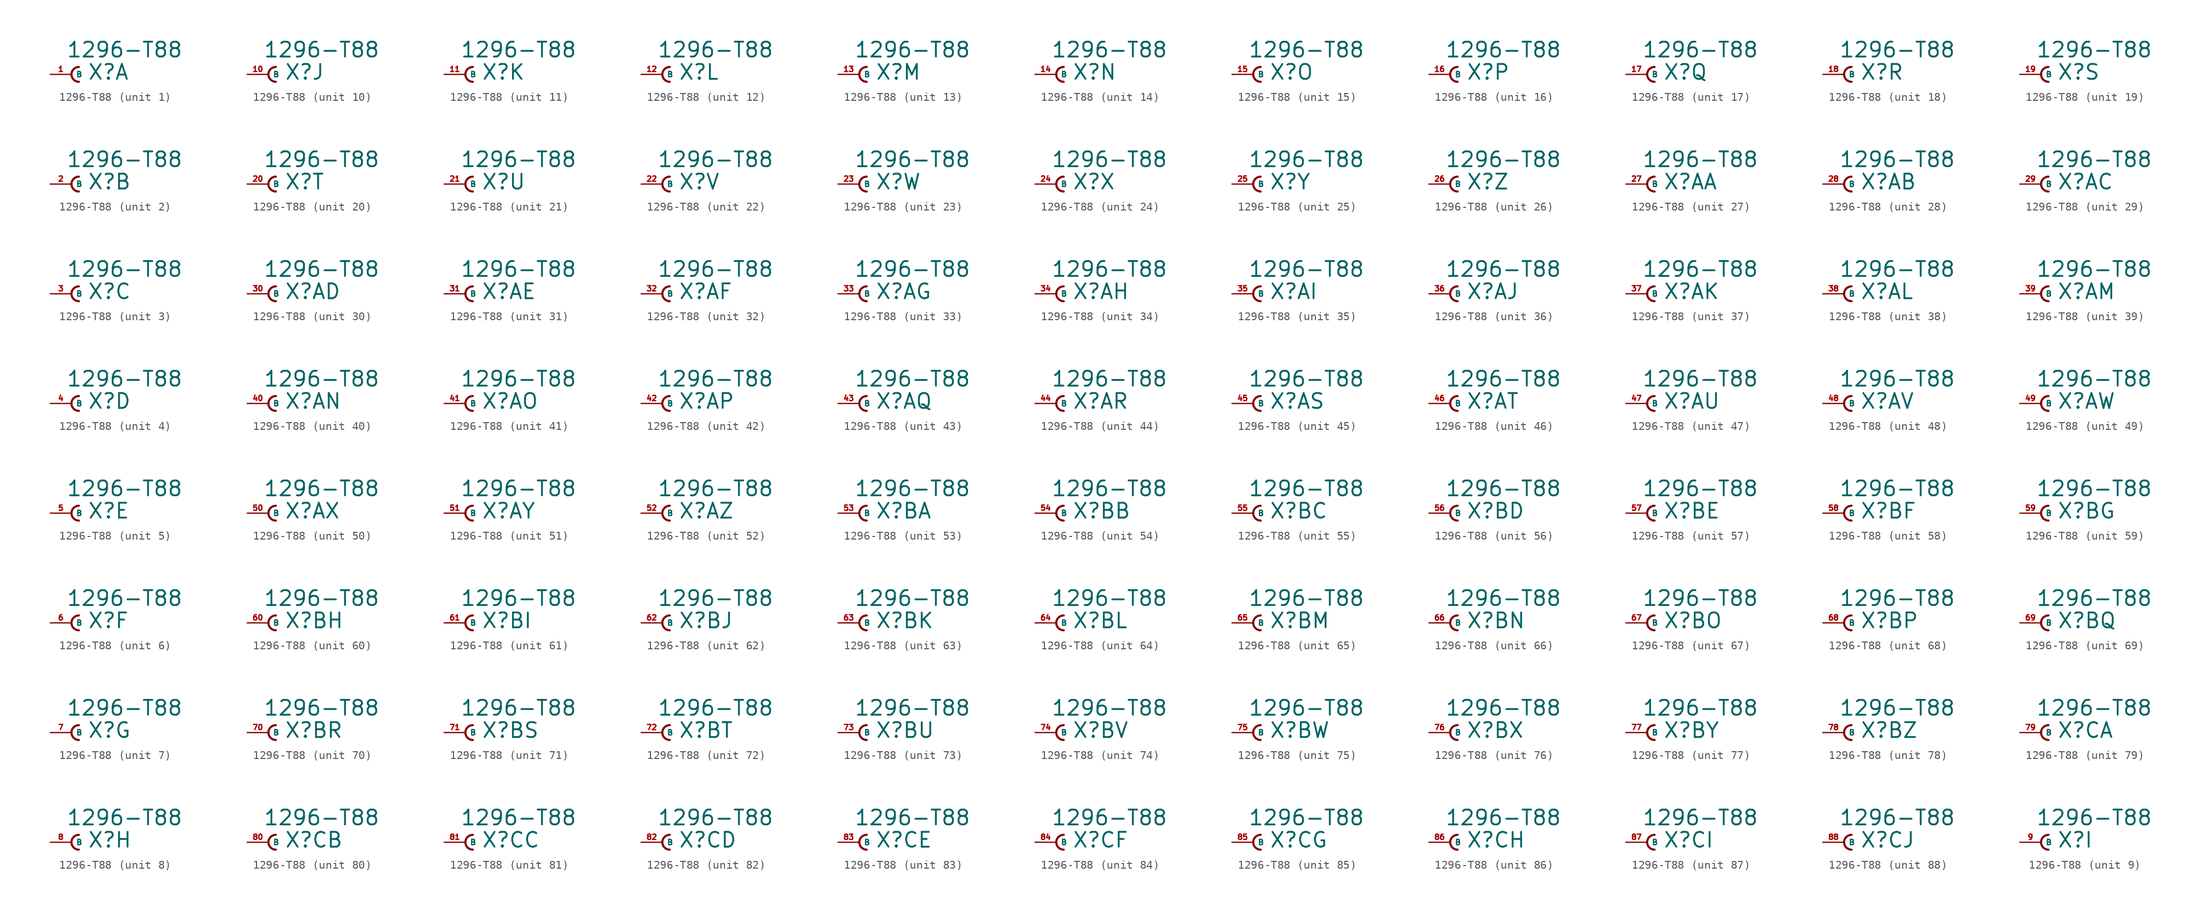
<source format=kicad_sym>
(kicad_symbol_lib
  (version 20220914)
  (generator Eagle2Kicad)
  (symbol "1296-T88"
    (property "Reference" "X"
      (at 1.905 -0.762 0)
      (effects (font (size 1.778 1.778) (thickness 0.22)) (justify left bottom)))
    (property "Value" "1296-T88"
      (at -0.635 1.905 0)
      (effects (font (size 1.778 1.778) (thickness 0.22)) (justify left bottom)))
    (symbol "1296-T88_1_0"
      (arc (start 0.889 0.889) (mid 0.000 0.000) (end 0.889 -0.889) (stroke (width 0.254) (type default)) (fill (type none)))
      (pin passive line (at -2.54 0 0) (length 2.54) (name "B" (effects (font (size 0.635 0.635) (thickness 0.08)) (justify left bottom))) (number "1" (effects (font (size 0.635 0.635) (thickness 0.08)) (justify left bottom)))))
    (symbol "1296-T88_2_0"
      (arc (start 0.889 0.889) (mid 0.000 0.000) (end 0.889 -0.889) (stroke (width 0.254) (type default)) (fill (type none)))
      (pin passive line (at -2.54 0 0) (length 2.54) (name "B" (effects (font (size 0.635 0.635) (thickness 0.08)) (justify left bottom))) (number "2" (effects (font (size 0.635 0.635) (thickness 0.08)) (justify left bottom)))))
    (symbol "1296-T88_3_0"
      (arc (start 0.889 0.889) (mid 0.000 0.000) (end 0.889 -0.889) (stroke (width 0.254) (type default)) (fill (type none)))
      (pin passive line (at -2.54 0 0) (length 2.54) (name "B" (effects (font (size 0.635 0.635) (thickness 0.08)) (justify left bottom))) (number "3" (effects (font (size 0.635 0.635) (thickness 0.08)) (justify left bottom)))))
    (symbol "1296-T88_4_0"
      (arc (start 0.889 0.889) (mid 0.000 0.000) (end 0.889 -0.889) (stroke (width 0.254) (type default)) (fill (type none)))
      (pin passive line (at -2.54 0 0) (length 2.54) (name "B" (effects (font (size 0.635 0.635) (thickness 0.08)) (justify left bottom))) (number "4" (effects (font (size 0.635 0.635) (thickness 0.08)) (justify left bottom)))))
    (symbol "1296-T88_5_0"
      (arc (start 0.889 0.889) (mid 0.000 0.000) (end 0.889 -0.889) (stroke (width 0.254) (type default)) (fill (type none)))
      (pin passive line (at -2.54 0 0) (length 2.54) (name "B" (effects (font (size 0.635 0.635) (thickness 0.08)) (justify left bottom))) (number "5" (effects (font (size 0.635 0.635) (thickness 0.08)) (justify left bottom)))))
    (symbol "1296-T88_6_0"
      (arc (start 0.889 0.889) (mid 0.000 0.000) (end 0.889 -0.889) (stroke (width 0.254) (type default)) (fill (type none)))
      (pin passive line (at -2.54 0 0) (length 2.54) (name "B" (effects (font (size 0.635 0.635) (thickness 0.08)) (justify left bottom))) (number "6" (effects (font (size 0.635 0.635) (thickness 0.08)) (justify left bottom)))))
    (symbol "1296-T88_7_0"
      (arc (start 0.889 0.889) (mid 0.000 0.000) (end 0.889 -0.889) (stroke (width 0.254) (type default)) (fill (type none)))
      (pin passive line (at -2.54 0 0) (length 2.54) (name "B" (effects (font (size 0.635 0.635) (thickness 0.08)) (justify left bottom))) (number "7" (effects (font (size 0.635 0.635) (thickness 0.08)) (justify left bottom)))))
    (symbol "1296-T88_8_0"
      (arc (start 0.889 0.889) (mid 0.000 0.000) (end 0.889 -0.889) (stroke (width 0.254) (type default)) (fill (type none)))
      (pin passive line (at -2.54 0 0) (length 2.54) (name "B" (effects (font (size 0.635 0.635) (thickness 0.08)) (justify left bottom))) (number "8" (effects (font (size 0.635 0.635) (thickness 0.08)) (justify left bottom)))))
    (symbol "1296-T88_9_0"
      (arc (start 0.889 0.889) (mid 0.000 0.000) (end 0.889 -0.889) (stroke (width 0.254) (type default)) (fill (type none)))
      (pin passive line (at -2.54 0 0) (length 2.54) (name "B" (effects (font (size 0.635 0.635) (thickness 0.08)) (justify left bottom))) (number "9" (effects (font (size 0.635 0.635) (thickness 0.08)) (justify left bottom)))))
    (symbol "1296-T88_10_0"
      (arc (start 0.889 0.889) (mid 0.000 0.000) (end 0.889 -0.889) (stroke (width 0.254) (type default)) (fill (type none)))
      (pin passive line (at -2.54 0 0) (length 2.54) (name "B" (effects (font (size 0.635 0.635) (thickness 0.08)) (justify left bottom))) (number "10" (effects (font (size 0.635 0.635) (thickness 0.08)) (justify left bottom)))))
    (symbol "1296-T88_11_0"
      (arc (start 0.889 0.889) (mid 0.000 0.000) (end 0.889 -0.889) (stroke (width 0.254) (type default)) (fill (type none)))
      (pin passive line (at -2.54 0 0) (length 2.54) (name "B" (effects (font (size 0.635 0.635) (thickness 0.08)) (justify left bottom))) (number "11" (effects (font (size 0.635 0.635) (thickness 0.08)) (justify left bottom)))))
    (symbol "1296-T88_12_0"
      (arc (start 0.889 0.889) (mid 0.000 0.000) (end 0.889 -0.889) (stroke (width 0.254) (type default)) (fill (type none)))
      (pin passive line (at -2.54 0 0) (length 2.54) (name "B" (effects (font (size 0.635 0.635) (thickness 0.08)) (justify left bottom))) (number "12" (effects (font (size 0.635 0.635) (thickness 0.08)) (justify left bottom)))))
    (symbol "1296-T88_13_0"
      (arc (start 0.889 0.889) (mid 0.000 0.000) (end 0.889 -0.889) (stroke (width 0.254) (type default)) (fill (type none)))
      (pin passive line (at -2.54 0 0) (length 2.54) (name "B" (effects (font (size 0.635 0.635) (thickness 0.08)) (justify left bottom))) (number "13" (effects (font (size 0.635 0.635) (thickness 0.08)) (justify left bottom)))))
    (symbol "1296-T88_14_0"
      (arc (start 0.889 0.889) (mid 0.000 0.000) (end 0.889 -0.889) (stroke (width 0.254) (type default)) (fill (type none)))
      (pin passive line (at -2.54 0 0) (length 2.54) (name "B" (effects (font (size 0.635 0.635) (thickness 0.08)) (justify left bottom))) (number "14" (effects (font (size 0.635 0.635) (thickness 0.08)) (justify left bottom)))))
    (symbol "1296-T88_15_0"
      (arc (start 0.889 0.889) (mid 0.000 0.000) (end 0.889 -0.889) (stroke (width 0.254) (type default)) (fill (type none)))
      (pin passive line (at -2.54 0 0) (length 2.54) (name "B" (effects (font (size 0.635 0.635) (thickness 0.08)) (justify left bottom))) (number "15" (effects (font (size 0.635 0.635) (thickness 0.08)) (justify left bottom)))))
    (symbol "1296-T88_16_0"
      (arc (start 0.889 0.889) (mid 0.000 0.000) (end 0.889 -0.889) (stroke (width 0.254) (type default)) (fill (type none)))
      (pin passive line (at -2.54 0 0) (length 2.54) (name "B" (effects (font (size 0.635 0.635) (thickness 0.08)) (justify left bottom))) (number "16" (effects (font (size 0.635 0.635) (thickness 0.08)) (justify left bottom)))))
    (symbol "1296-T88_17_0"
      (arc (start 0.889 0.889) (mid 0.000 0.000) (end 0.889 -0.889) (stroke (width 0.254) (type default)) (fill (type none)))
      (pin passive line (at -2.54 0 0) (length 2.54) (name "B" (effects (font (size 0.635 0.635) (thickness 0.08)) (justify left bottom))) (number "17" (effects (font (size 0.635 0.635) (thickness 0.08)) (justify left bottom)))))
    (symbol "1296-T88_18_0"
      (arc (start 0.889 0.889) (mid 0.000 0.000) (end 0.889 -0.889) (stroke (width 0.254) (type default)) (fill (type none)))
      (pin passive line (at -2.54 0 0) (length 2.54) (name "B" (effects (font (size 0.635 0.635) (thickness 0.08)) (justify left bottom))) (number "18" (effects (font (size 0.635 0.635) (thickness 0.08)) (justify left bottom)))))
    (symbol "1296-T88_19_0"
      (arc (start 0.889 0.889) (mid 0.000 0.000) (end 0.889 -0.889) (stroke (width 0.254) (type default)) (fill (type none)))
      (pin passive line (at -2.54 0 0) (length 2.54) (name "B" (effects (font (size 0.635 0.635) (thickness 0.08)) (justify left bottom))) (number "19" (effects (font (size 0.635 0.635) (thickness 0.08)) (justify left bottom)))))
    (symbol "1296-T88_20_0"
      (arc (start 0.889 0.889) (mid 0.000 0.000) (end 0.889 -0.889) (stroke (width 0.254) (type default)) (fill (type none)))
      (pin passive line (at -2.54 0 0) (length 2.54) (name "B" (effects (font (size 0.635 0.635) (thickness 0.08)) (justify left bottom))) (number "20" (effects (font (size 0.635 0.635) (thickness 0.08)) (justify left bottom)))))
    (symbol "1296-T88_21_0"
      (arc (start 0.889 0.889) (mid 0.000 0.000) (end 0.889 -0.889) (stroke (width 0.254) (type default)) (fill (type none)))
      (pin passive line (at -2.54 0 0) (length 2.54) (name "B" (effects (font (size 0.635 0.635) (thickness 0.08)) (justify left bottom))) (number "21" (effects (font (size 0.635 0.635) (thickness 0.08)) (justify left bottom)))))
    (symbol "1296-T88_22_0"
      (arc (start 0.889 0.889) (mid 0.000 0.000) (end 0.889 -0.889) (stroke (width 0.254) (type default)) (fill (type none)))
      (pin passive line (at -2.54 0 0) (length 2.54) (name "B" (effects (font (size 0.635 0.635) (thickness 0.08)) (justify left bottom))) (number "22" (effects (font (size 0.635 0.635) (thickness 0.08)) (justify left bottom)))))
    (symbol "1296-T88_23_0"
      (arc (start 0.889 0.889) (mid 0.000 0.000) (end 0.889 -0.889) (stroke (width 0.254) (type default)) (fill (type none)))
      (pin passive line (at -2.54 0 0) (length 2.54) (name "B" (effects (font (size 0.635 0.635) (thickness 0.08)) (justify left bottom))) (number "23" (effects (font (size 0.635 0.635) (thickness 0.08)) (justify left bottom)))))
    (symbol "1296-T88_24_0"
      (arc (start 0.889 0.889) (mid 0.000 0.000) (end 0.889 -0.889) (stroke (width 0.254) (type default)) (fill (type none)))
      (pin passive line (at -2.54 0 0) (length 2.54) (name "B" (effects (font (size 0.635 0.635) (thickness 0.08)) (justify left bottom))) (number "24" (effects (font (size 0.635 0.635) (thickness 0.08)) (justify left bottom)))))
    (symbol "1296-T88_25_0"
      (arc (start 0.889 0.889) (mid 0.000 0.000) (end 0.889 -0.889) (stroke (width 0.254) (type default)) (fill (type none)))
      (pin passive line (at -2.54 0 0) (length 2.54) (name "B" (effects (font (size 0.635 0.635) (thickness 0.08)) (justify left bottom))) (number "25" (effects (font (size 0.635 0.635) (thickness 0.08)) (justify left bottom)))))
    (symbol "1296-T88_26_0"
      (arc (start 0.889 0.889) (mid 0.000 0.000) (end 0.889 -0.889) (stroke (width 0.254) (type default)) (fill (type none)))
      (pin passive line (at -2.54 0 0) (length 2.54) (name "B" (effects (font (size 0.635 0.635) (thickness 0.08)) (justify left bottom))) (number "26" (effects (font (size 0.635 0.635) (thickness 0.08)) (justify left bottom)))))
    (symbol "1296-T88_27_0"
      (arc (start 0.889 0.889) (mid 0.000 0.000) (end 0.889 -0.889) (stroke (width 0.254) (type default)) (fill (type none)))
      (pin passive line (at -2.54 0 0) (length 2.54) (name "B" (effects (font (size 0.635 0.635) (thickness 0.08)) (justify left bottom))) (number "27" (effects (font (size 0.635 0.635) (thickness 0.08)) (justify left bottom)))))
    (symbol "1296-T88_28_0"
      (arc (start 0.889 0.889) (mid 0.000 0.000) (end 0.889 -0.889) (stroke (width 0.254) (type default)) (fill (type none)))
      (pin passive line (at -2.54 0 0) (length 2.54) (name "B" (effects (font (size 0.635 0.635) (thickness 0.08)) (justify left bottom))) (number "28" (effects (font (size 0.635 0.635) (thickness 0.08)) (justify left bottom)))))
    (symbol "1296-T88_29_0"
      (arc (start 0.889 0.889) (mid 0.000 0.000) (end 0.889 -0.889) (stroke (width 0.254) (type default)) (fill (type none)))
      (pin passive line (at -2.54 0 0) (length 2.54) (name "B" (effects (font (size 0.635 0.635) (thickness 0.08)) (justify left bottom))) (number "29" (effects (font (size 0.635 0.635) (thickness 0.08)) (justify left bottom)))))
    (symbol "1296-T88_30_0"
      (arc (start 0.889 0.889) (mid 0.000 0.000) (end 0.889 -0.889) (stroke (width 0.254) (type default)) (fill (type none)))
      (pin passive line (at -2.54 0 0) (length 2.54) (name "B" (effects (font (size 0.635 0.635) (thickness 0.08)) (justify left bottom))) (number "30" (effects (font (size 0.635 0.635) (thickness 0.08)) (justify left bottom)))))
    (symbol "1296-T88_31_0"
      (arc (start 0.889 0.889) (mid 0.000 0.000) (end 0.889 -0.889) (stroke (width 0.254) (type default)) (fill (type none)))
      (pin passive line (at -2.54 0 0) (length 2.54) (name "B" (effects (font (size 0.635 0.635) (thickness 0.08)) (justify left bottom))) (number "31" (effects (font (size 0.635 0.635) (thickness 0.08)) (justify left bottom)))))
    (symbol "1296-T88_32_0"
      (arc (start 0.889 0.889) (mid 0.000 0.000) (end 0.889 -0.889) (stroke (width 0.254) (type default)) (fill (type none)))
      (pin passive line (at -2.54 0 0) (length 2.54) (name "B" (effects (font (size 0.635 0.635) (thickness 0.08)) (justify left bottom))) (number "32" (effects (font (size 0.635 0.635) (thickness 0.08)) (justify left bottom)))))
    (symbol "1296-T88_33_0"
      (arc (start 0.889 0.889) (mid 0.000 0.000) (end 0.889 -0.889) (stroke (width 0.254) (type default)) (fill (type none)))
      (pin passive line (at -2.54 0 0) (length 2.54) (name "B" (effects (font (size 0.635 0.635) (thickness 0.08)) (justify left bottom))) (number "33" (effects (font (size 0.635 0.635) (thickness 0.08)) (justify left bottom)))))
    (symbol "1296-T88_34_0"
      (arc (start 0.889 0.889) (mid 0.000 0.000) (end 0.889 -0.889) (stroke (width 0.254) (type default)) (fill (type none)))
      (pin passive line (at -2.54 0 0) (length 2.54) (name "B" (effects (font (size 0.635 0.635) (thickness 0.08)) (justify left bottom))) (number "34" (effects (font (size 0.635 0.635) (thickness 0.08)) (justify left bottom)))))
    (symbol "1296-T88_35_0"
      (arc (start 0.889 0.889) (mid 0.000 0.000) (end 0.889 -0.889) (stroke (width 0.254) (type default)) (fill (type none)))
      (pin passive line (at -2.54 0 0) (length 2.54) (name "B" (effects (font (size 0.635 0.635) (thickness 0.08)) (justify left bottom))) (number "35" (effects (font (size 0.635 0.635) (thickness 0.08)) (justify left bottom)))))
    (symbol "1296-T88_36_0"
      (arc (start 0.889 0.889) (mid 0.000 0.000) (end 0.889 -0.889) (stroke (width 0.254) (type default)) (fill (type none)))
      (pin passive line (at -2.54 0 0) (length 2.54) (name "B" (effects (font (size 0.635 0.635) (thickness 0.08)) (justify left bottom))) (number "36" (effects (font (size 0.635 0.635) (thickness 0.08)) (justify left bottom)))))
    (symbol "1296-T88_37_0"
      (arc (start 0.889 0.889) (mid 0.000 0.000) (end 0.889 -0.889) (stroke (width 0.254) (type default)) (fill (type none)))
      (pin passive line (at -2.54 0 0) (length 2.54) (name "B" (effects (font (size 0.635 0.635) (thickness 0.08)) (justify left bottom))) (number "37" (effects (font (size 0.635 0.635) (thickness 0.08)) (justify left bottom)))))
    (symbol "1296-T88_38_0"
      (arc (start 0.889 0.889) (mid 0.000 0.000) (end 0.889 -0.889) (stroke (width 0.254) (type default)) (fill (type none)))
      (pin passive line (at -2.54 0 0) (length 2.54) (name "B" (effects (font (size 0.635 0.635) (thickness 0.08)) (justify left bottom))) (number "38" (effects (font (size 0.635 0.635) (thickness 0.08)) (justify left bottom)))))
    (symbol "1296-T88_39_0"
      (arc (start 0.889 0.889) (mid 0.000 0.000) (end 0.889 -0.889) (stroke (width 0.254) (type default)) (fill (type none)))
      (pin passive line (at -2.54 0 0) (length 2.54) (name "B" (effects (font (size 0.635 0.635) (thickness 0.08)) (justify left bottom))) (number "39" (effects (font (size 0.635 0.635) (thickness 0.08)) (justify left bottom)))))
    (symbol "1296-T88_40_0"
      (arc (start 0.889 0.889) (mid 0.000 0.000) (end 0.889 -0.889) (stroke (width 0.254) (type default)) (fill (type none)))
      (pin passive line (at -2.54 0 0) (length 2.54) (name "B" (effects (font (size 0.635 0.635) (thickness 0.08)) (justify left bottom))) (number "40" (effects (font (size 0.635 0.635) (thickness 0.08)) (justify left bottom)))))
    (symbol "1296-T88_41_0"
      (arc (start 0.889 0.889) (mid 0.000 0.000) (end 0.889 -0.889) (stroke (width 0.254) (type default)) (fill (type none)))
      (pin passive line (at -2.54 0 0) (length 2.54) (name "B" (effects (font (size 0.635 0.635) (thickness 0.08)) (justify left bottom))) (number "41" (effects (font (size 0.635 0.635) (thickness 0.08)) (justify left bottom)))))
    (symbol "1296-T88_42_0"
      (arc (start 0.889 0.889) (mid 0.000 0.000) (end 0.889 -0.889) (stroke (width 0.254) (type default)) (fill (type none)))
      (pin passive line (at -2.54 0 0) (length 2.54) (name "B" (effects (font (size 0.635 0.635) (thickness 0.08)) (justify left bottom))) (number "42" (effects (font (size 0.635 0.635) (thickness 0.08)) (justify left bottom)))))
    (symbol "1296-T88_43_0"
      (arc (start 0.889 0.889) (mid 0.000 0.000) (end 0.889 -0.889) (stroke (width 0.254) (type default)) (fill (type none)))
      (pin passive line (at -2.54 0 0) (length 2.54) (name "B" (effects (font (size 0.635 0.635) (thickness 0.08)) (justify left bottom))) (number "43" (effects (font (size 0.635 0.635) (thickness 0.08)) (justify left bottom)))))
    (symbol "1296-T88_44_0"
      (arc (start 0.889 0.889) (mid 0.000 0.000) (end 0.889 -0.889) (stroke (width 0.254) (type default)) (fill (type none)))
      (pin passive line (at -2.54 0 0) (length 2.54) (name "B" (effects (font (size 0.635 0.635) (thickness 0.08)) (justify left bottom))) (number "44" (effects (font (size 0.635 0.635) (thickness 0.08)) (justify left bottom)))))
    (symbol "1296-T88_45_0"
      (arc (start 0.889 0.889) (mid 0.000 0.000) (end 0.889 -0.889) (stroke (width 0.254) (type default)) (fill (type none)))
      (pin passive line (at -2.54 0 0) (length 2.54) (name "B" (effects (font (size 0.635 0.635) (thickness 0.08)) (justify left bottom))) (number "45" (effects (font (size 0.635 0.635) (thickness 0.08)) (justify left bottom)))))
    (symbol "1296-T88_46_0"
      (arc (start 0.889 0.889) (mid 0.000 0.000) (end 0.889 -0.889) (stroke (width 0.254) (type default)) (fill (type none)))
      (pin passive line (at -2.54 0 0) (length 2.54) (name "B" (effects (font (size 0.635 0.635) (thickness 0.08)) (justify left bottom))) (number "46" (effects (font (size 0.635 0.635) (thickness 0.08)) (justify left bottom)))))
    (symbol "1296-T88_47_0"
      (arc (start 0.889 0.889) (mid 0.000 0.000) (end 0.889 -0.889) (stroke (width 0.254) (type default)) (fill (type none)))
      (pin passive line (at -2.54 0 0) (length 2.54) (name "B" (effects (font (size 0.635 0.635) (thickness 0.08)) (justify left bottom))) (number "47" (effects (font (size 0.635 0.635) (thickness 0.08)) (justify left bottom)))))
    (symbol "1296-T88_48_0"
      (arc (start 0.889 0.889) (mid 0.000 0.000) (end 0.889 -0.889) (stroke (width 0.254) (type default)) (fill (type none)))
      (pin passive line (at -2.54 0 0) (length 2.54) (name "B" (effects (font (size 0.635 0.635) (thickness 0.08)) (justify left bottom))) (number "48" (effects (font (size 0.635 0.635) (thickness 0.08)) (justify left bottom)))))
    (symbol "1296-T88_49_0"
      (arc (start 0.889 0.889) (mid 0.000 0.000) (end 0.889 -0.889) (stroke (width 0.254) (type default)) (fill (type none)))
      (pin passive line (at -2.54 0 0) (length 2.54) (name "B" (effects (font (size 0.635 0.635) (thickness 0.08)) (justify left bottom))) (number "49" (effects (font (size 0.635 0.635) (thickness 0.08)) (justify left bottom)))))
    (symbol "1296-T88_50_0"
      (arc (start 0.889 0.889) (mid 0.000 0.000) (end 0.889 -0.889) (stroke (width 0.254) (type default)) (fill (type none)))
      (pin passive line (at -2.54 0 0) (length 2.54) (name "B" (effects (font (size 0.635 0.635) (thickness 0.08)) (justify left bottom))) (number "50" (effects (font (size 0.635 0.635) (thickness 0.08)) (justify left bottom)))))
    (symbol "1296-T88_51_0"
      (arc (start 0.889 0.889) (mid 0.000 0.000) (end 0.889 -0.889) (stroke (width 0.254) (type default)) (fill (type none)))
      (pin passive line (at -2.54 0 0) (length 2.54) (name "B" (effects (font (size 0.635 0.635) (thickness 0.08)) (justify left bottom))) (number "51" (effects (font (size 0.635 0.635) (thickness 0.08)) (justify left bottom)))))
    (symbol "1296-T88_52_0"
      (arc (start 0.889 0.889) (mid 0.000 0.000) (end 0.889 -0.889) (stroke (width 0.254) (type default)) (fill (type none)))
      (pin passive line (at -2.54 0 0) (length 2.54) (name "B" (effects (font (size 0.635 0.635) (thickness 0.08)) (justify left bottom))) (number "52" (effects (font (size 0.635 0.635) (thickness 0.08)) (justify left bottom)))))
    (symbol "1296-T88_53_0"
      (arc (start 0.889 0.889) (mid 0.000 0.000) (end 0.889 -0.889) (stroke (width 0.254) (type default)) (fill (type none)))
      (pin passive line (at -2.54 0 0) (length 2.54) (name "B" (effects (font (size 0.635 0.635) (thickness 0.08)) (justify left bottom))) (number "53" (effects (font (size 0.635 0.635) (thickness 0.08)) (justify left bottom)))))
    (symbol "1296-T88_54_0"
      (arc (start 0.889 0.889) (mid 0.000 0.000) (end 0.889 -0.889) (stroke (width 0.254) (type default)) (fill (type none)))
      (pin passive line (at -2.54 0 0) (length 2.54) (name "B" (effects (font (size 0.635 0.635) (thickness 0.08)) (justify left bottom))) (number "54" (effects (font (size 0.635 0.635) (thickness 0.08)) (justify left bottom)))))
    (symbol "1296-T88_55_0"
      (arc (start 0.889 0.889) (mid 0.000 0.000) (end 0.889 -0.889) (stroke (width 0.254) (type default)) (fill (type none)))
      (pin passive line (at -2.54 0 0) (length 2.54) (name "B" (effects (font (size 0.635 0.635) (thickness 0.08)) (justify left bottom))) (number "55" (effects (font (size 0.635 0.635) (thickness 0.08)) (justify left bottom)))))
    (symbol "1296-T88_56_0"
      (arc (start 0.889 0.889) (mid 0.000 0.000) (end 0.889 -0.889) (stroke (width 0.254) (type default)) (fill (type none)))
      (pin passive line (at -2.54 0 0) (length 2.54) (name "B" (effects (font (size 0.635 0.635) (thickness 0.08)) (justify left bottom))) (number "56" (effects (font (size 0.635 0.635) (thickness 0.08)) (justify left bottom)))))
    (symbol "1296-T88_57_0"
      (arc (start 0.889 0.889) (mid 0.000 0.000) (end 0.889 -0.889) (stroke (width 0.254) (type default)) (fill (type none)))
      (pin passive line (at -2.54 0 0) (length 2.54) (name "B" (effects (font (size 0.635 0.635) (thickness 0.08)) (justify left bottom))) (number "57" (effects (font (size 0.635 0.635) (thickness 0.08)) (justify left bottom)))))
    (symbol "1296-T88_58_0"
      (arc (start 0.889 0.889) (mid 0.000 0.000) (end 0.889 -0.889) (stroke (width 0.254) (type default)) (fill (type none)))
      (pin passive line (at -2.54 0 0) (length 2.54) (name "B" (effects (font (size 0.635 0.635) (thickness 0.08)) (justify left bottom))) (number "58" (effects (font (size 0.635 0.635) (thickness 0.08)) (justify left bottom)))))
    (symbol "1296-T88_59_0"
      (arc (start 0.889 0.889) (mid 0.000 0.000) (end 0.889 -0.889) (stroke (width 0.254) (type default)) (fill (type none)))
      (pin passive line (at -2.54 0 0) (length 2.54) (name "B" (effects (font (size 0.635 0.635) (thickness 0.08)) (justify left bottom))) (number "59" (effects (font (size 0.635 0.635) (thickness 0.08)) (justify left bottom)))))
    (symbol "1296-T88_60_0"
      (arc (start 0.889 0.889) (mid 0.000 0.000) (end 0.889 -0.889) (stroke (width 0.254) (type default)) (fill (type none)))
      (pin passive line (at -2.54 0 0) (length 2.54) (name "B" (effects (font (size 0.635 0.635) (thickness 0.08)) (justify left bottom))) (number "60" (effects (font (size 0.635 0.635) (thickness 0.08)) (justify left bottom)))))
    (symbol "1296-T88_61_0"
      (arc (start 0.889 0.889) (mid 0.000 0.000) (end 0.889 -0.889) (stroke (width 0.254) (type default)) (fill (type none)))
      (pin passive line (at -2.54 0 0) (length 2.54) (name "B" (effects (font (size 0.635 0.635) (thickness 0.08)) (justify left bottom))) (number "61" (effects (font (size 0.635 0.635) (thickness 0.08)) (justify left bottom)))))
    (symbol "1296-T88_62_0"
      (arc (start 0.889 0.889) (mid 0.000 0.000) (end 0.889 -0.889) (stroke (width 0.254) (type default)) (fill (type none)))
      (pin passive line (at -2.54 0 0) (length 2.54) (name "B" (effects (font (size 0.635 0.635) (thickness 0.08)) (justify left bottom))) (number "62" (effects (font (size 0.635 0.635) (thickness 0.08)) (justify left bottom)))))
    (symbol "1296-T88_63_0"
      (arc (start 0.889 0.889) (mid 0.000 0.000) (end 0.889 -0.889) (stroke (width 0.254) (type default)) (fill (type none)))
      (pin passive line (at -2.54 0 0) (length 2.54) (name "B" (effects (font (size 0.635 0.635) (thickness 0.08)) (justify left bottom))) (number "63" (effects (font (size 0.635 0.635) (thickness 0.08)) (justify left bottom)))))
    (symbol "1296-T88_64_0"
      (arc (start 0.889 0.889) (mid 0.000 0.000) (end 0.889 -0.889) (stroke (width 0.254) (type default)) (fill (type none)))
      (pin passive line (at -2.54 0 0) (length 2.54) (name "B" (effects (font (size 0.635 0.635) (thickness 0.08)) (justify left bottom))) (number "64" (effects (font (size 0.635 0.635) (thickness 0.08)) (justify left bottom)))))
    (symbol "1296-T88_65_0"
      (arc (start 0.889 0.889) (mid 0.000 0.000) (end 0.889 -0.889) (stroke (width 0.254) (type default)) (fill (type none)))
      (pin passive line (at -2.54 0 0) (length 2.54) (name "B" (effects (font (size 0.635 0.635) (thickness 0.08)) (justify left bottom))) (number "65" (effects (font (size 0.635 0.635) (thickness 0.08)) (justify left bottom)))))
    (symbol "1296-T88_66_0"
      (arc (start 0.889 0.889) (mid 0.000 0.000) (end 0.889 -0.889) (stroke (width 0.254) (type default)) (fill (type none)))
      (pin passive line (at -2.54 0 0) (length 2.54) (name "B" (effects (font (size 0.635 0.635) (thickness 0.08)) (justify left bottom))) (number "66" (effects (font (size 0.635 0.635) (thickness 0.08)) (justify left bottom)))))
    (symbol "1296-T88_67_0"
      (arc (start 0.889 0.889) (mid 0.000 0.000) (end 0.889 -0.889) (stroke (width 0.254) (type default)) (fill (type none)))
      (pin passive line (at -2.54 0 0) (length 2.54) (name "B" (effects (font (size 0.635 0.635) (thickness 0.08)) (justify left bottom))) (number "67" (effects (font (size 0.635 0.635) (thickness 0.08)) (justify left bottom)))))
    (symbol "1296-T88_68_0"
      (arc (start 0.889 0.889) (mid 0.000 0.000) (end 0.889 -0.889) (stroke (width 0.254) (type default)) (fill (type none)))
      (pin passive line (at -2.54 0 0) (length 2.54) (name "B" (effects (font (size 0.635 0.635) (thickness 0.08)) (justify left bottom))) (number "68" (effects (font (size 0.635 0.635) (thickness 0.08)) (justify left bottom)))))
    (symbol "1296-T88_69_0"
      (arc (start 0.889 0.889) (mid 0.000 0.000) (end 0.889 -0.889) (stroke (width 0.254) (type default)) (fill (type none)))
      (pin passive line (at -2.54 0 0) (length 2.54) (name "B" (effects (font (size 0.635 0.635) (thickness 0.08)) (justify left bottom))) (number "69" (effects (font (size 0.635 0.635) (thickness 0.08)) (justify left bottom)))))
    (symbol "1296-T88_70_0"
      (arc (start 0.889 0.889) (mid 0.000 0.000) (end 0.889 -0.889) (stroke (width 0.254) (type default)) (fill (type none)))
      (pin passive line (at -2.54 0 0) (length 2.54) (name "B" (effects (font (size 0.635 0.635) (thickness 0.08)) (justify left bottom))) (number "70" (effects (font (size 0.635 0.635) (thickness 0.08)) (justify left bottom)))))
    (symbol "1296-T88_71_0"
      (arc (start 0.889 0.889) (mid 0.000 0.000) (end 0.889 -0.889) (stroke (width 0.254) (type default)) (fill (type none)))
      (pin passive line (at -2.54 0 0) (length 2.54) (name "B" (effects (font (size 0.635 0.635) (thickness 0.08)) (justify left bottom))) (number "71" (effects (font (size 0.635 0.635) (thickness 0.08)) (justify left bottom)))))
    (symbol "1296-T88_72_0"
      (arc (start 0.889 0.889) (mid 0.000 0.000) (end 0.889 -0.889) (stroke (width 0.254) (type default)) (fill (type none)))
      (pin passive line (at -2.54 0 0) (length 2.54) (name "B" (effects (font (size 0.635 0.635) (thickness 0.08)) (justify left bottom))) (number "72" (effects (font (size 0.635 0.635) (thickness 0.08)) (justify left bottom)))))
    (symbol "1296-T88_73_0"
      (arc (start 0.889 0.889) (mid 0.000 0.000) (end 0.889 -0.889) (stroke (width 0.254) (type default)) (fill (type none)))
      (pin passive line (at -2.54 0 0) (length 2.54) (name "B" (effects (font (size 0.635 0.635) (thickness 0.08)) (justify left bottom))) (number "73" (effects (font (size 0.635 0.635) (thickness 0.08)) (justify left bottom)))))
    (symbol "1296-T88_74_0"
      (arc (start 0.889 0.889) (mid 0.000 0.000) (end 0.889 -0.889) (stroke (width 0.254) (type default)) (fill (type none)))
      (pin passive line (at -2.54 0 0) (length 2.54) (name "B" (effects (font (size 0.635 0.635) (thickness 0.08)) (justify left bottom))) (number "74" (effects (font (size 0.635 0.635) (thickness 0.08)) (justify left bottom)))))
    (symbol "1296-T88_75_0"
      (arc (start 0.889 0.889) (mid 0.000 0.000) (end 0.889 -0.889) (stroke (width 0.254) (type default)) (fill (type none)))
      (pin passive line (at -2.54 0 0) (length 2.54) (name "B" (effects (font (size 0.635 0.635) (thickness 0.08)) (justify left bottom))) (number "75" (effects (font (size 0.635 0.635) (thickness 0.08)) (justify left bottom)))))
    (symbol "1296-T88_76_0"
      (arc (start 0.889 0.889) (mid 0.000 0.000) (end 0.889 -0.889) (stroke (width 0.254) (type default)) (fill (type none)))
      (pin passive line (at -2.54 0 0) (length 2.54) (name "B" (effects (font (size 0.635 0.635) (thickness 0.08)) (justify left bottom))) (number "76" (effects (font (size 0.635 0.635) (thickness 0.08)) (justify left bottom)))))
    (symbol "1296-T88_77_0"
      (arc (start 0.889 0.889) (mid 0.000 0.000) (end 0.889 -0.889) (stroke (width 0.254) (type default)) (fill (type none)))
      (pin passive line (at -2.54 0 0) (length 2.54) (name "B" (effects (font (size 0.635 0.635) (thickness 0.08)) (justify left bottom))) (number "77" (effects (font (size 0.635 0.635) (thickness 0.08)) (justify left bottom)))))
    (symbol "1296-T88_78_0"
      (arc (start 0.889 0.889) (mid 0.000 0.000) (end 0.889 -0.889) (stroke (width 0.254) (type default)) (fill (type none)))
      (pin passive line (at -2.54 0 0) (length 2.54) (name "B" (effects (font (size 0.635 0.635) (thickness 0.08)) (justify left bottom))) (number "78" (effects (font (size 0.635 0.635) (thickness 0.08)) (justify left bottom)))))
    (symbol "1296-T88_79_0"
      (arc (start 0.889 0.889) (mid 0.000 0.000) (end 0.889 -0.889) (stroke (width 0.254) (type default)) (fill (type none)))
      (pin passive line (at -2.54 0 0) (length 2.54) (name "B" (effects (font (size 0.635 0.635) (thickness 0.08)) (justify left bottom))) (number "79" (effects (font (size 0.635 0.635) (thickness 0.08)) (justify left bottom)))))
    (symbol "1296-T88_80_0"
      (arc (start 0.889 0.889) (mid 0.000 0.000) (end 0.889 -0.889) (stroke (width 0.254) (type default)) (fill (type none)))
      (pin passive line (at -2.54 0 0) (length 2.54) (name "B" (effects (font (size 0.635 0.635) (thickness 0.08)) (justify left bottom))) (number "80" (effects (font (size 0.635 0.635) (thickness 0.08)) (justify left bottom)))))
    (symbol "1296-T88_81_0"
      (arc (start 0.889 0.889) (mid 0.000 0.000) (end 0.889 -0.889) (stroke (width 0.254) (type default)) (fill (type none)))
      (pin passive line (at -2.54 0 0) (length 2.54) (name "B" (effects (font (size 0.635 0.635) (thickness 0.08)) (justify left bottom))) (number "81" (effects (font (size 0.635 0.635) (thickness 0.08)) (justify left bottom)))))
    (symbol "1296-T88_82_0"
      (arc (start 0.889 0.889) (mid 0.000 0.000) (end 0.889 -0.889) (stroke (width 0.254) (type default)) (fill (type none)))
      (pin passive line (at -2.54 0 0) (length 2.54) (name "B" (effects (font (size 0.635 0.635) (thickness 0.08)) (justify left bottom))) (number "82" (effects (font (size 0.635 0.635) (thickness 0.08)) (justify left bottom)))))
    (symbol "1296-T88_83_0"
      (arc (start 0.889 0.889) (mid 0.000 0.000) (end 0.889 -0.889) (stroke (width 0.254) (type default)) (fill (type none)))
      (pin passive line (at -2.54 0 0) (length 2.54) (name "B" (effects (font (size 0.635 0.635) (thickness 0.08)) (justify left bottom))) (number "83" (effects (font (size 0.635 0.635) (thickness 0.08)) (justify left bottom)))))
    (symbol "1296-T88_84_0"
      (arc (start 0.889 0.889) (mid 0.000 0.000) (end 0.889 -0.889) (stroke (width 0.254) (type default)) (fill (type none)))
      (pin passive line (at -2.54 0 0) (length 2.54) (name "B" (effects (font (size 0.635 0.635) (thickness 0.08)) (justify left bottom))) (number "84" (effects (font (size 0.635 0.635) (thickness 0.08)) (justify left bottom)))))
    (symbol "1296-T88_85_0"
      (arc (start 0.889 0.889) (mid 0.000 0.000) (end 0.889 -0.889) (stroke (width 0.254) (type default)) (fill (type none)))
      (pin passive line (at -2.54 0 0) (length 2.54) (name "B" (effects (font (size 0.635 0.635) (thickness 0.08)) (justify left bottom))) (number "85" (effects (font (size 0.635 0.635) (thickness 0.08)) (justify left bottom)))))
    (symbol "1296-T88_86_0"
      (arc (start 0.889 0.889) (mid 0.000 0.000) (end 0.889 -0.889) (stroke (width 0.254) (type default)) (fill (type none)))
      (pin passive line (at -2.54 0 0) (length 2.54) (name "B" (effects (font (size 0.635 0.635) (thickness 0.08)) (justify left bottom))) (number "86" (effects (font (size 0.635 0.635) (thickness 0.08)) (justify left bottom)))))
    (symbol "1296-T88_87_0"
      (arc (start 0.889 0.889) (mid 0.000 0.000) (end 0.889 -0.889) (stroke (width 0.254) (type default)) (fill (type none)))
      (pin passive line (at -2.54 0 0) (length 2.54) (name "B" (effects (font (size 0.635 0.635) (thickness 0.08)) (justify left bottom))) (number "87" (effects (font (size 0.635 0.635) (thickness 0.08)) (justify left bottom)))))
    (symbol "1296-T88_88_0"
      (arc (start 0.889 0.889) (mid 0.000 0.000) (end 0.889 -0.889) (stroke (width 0.254) (type default)) (fill (type none)))
      (pin passive line (at -2.54 0 0) (length 2.54) (name "B" (effects (font (size 0.635 0.635) (thickness 0.08)) (justify left bottom))) (number "88" (effects (font (size 0.635 0.635) (thickness 0.08)) (justify left bottom)))))))
</source>
